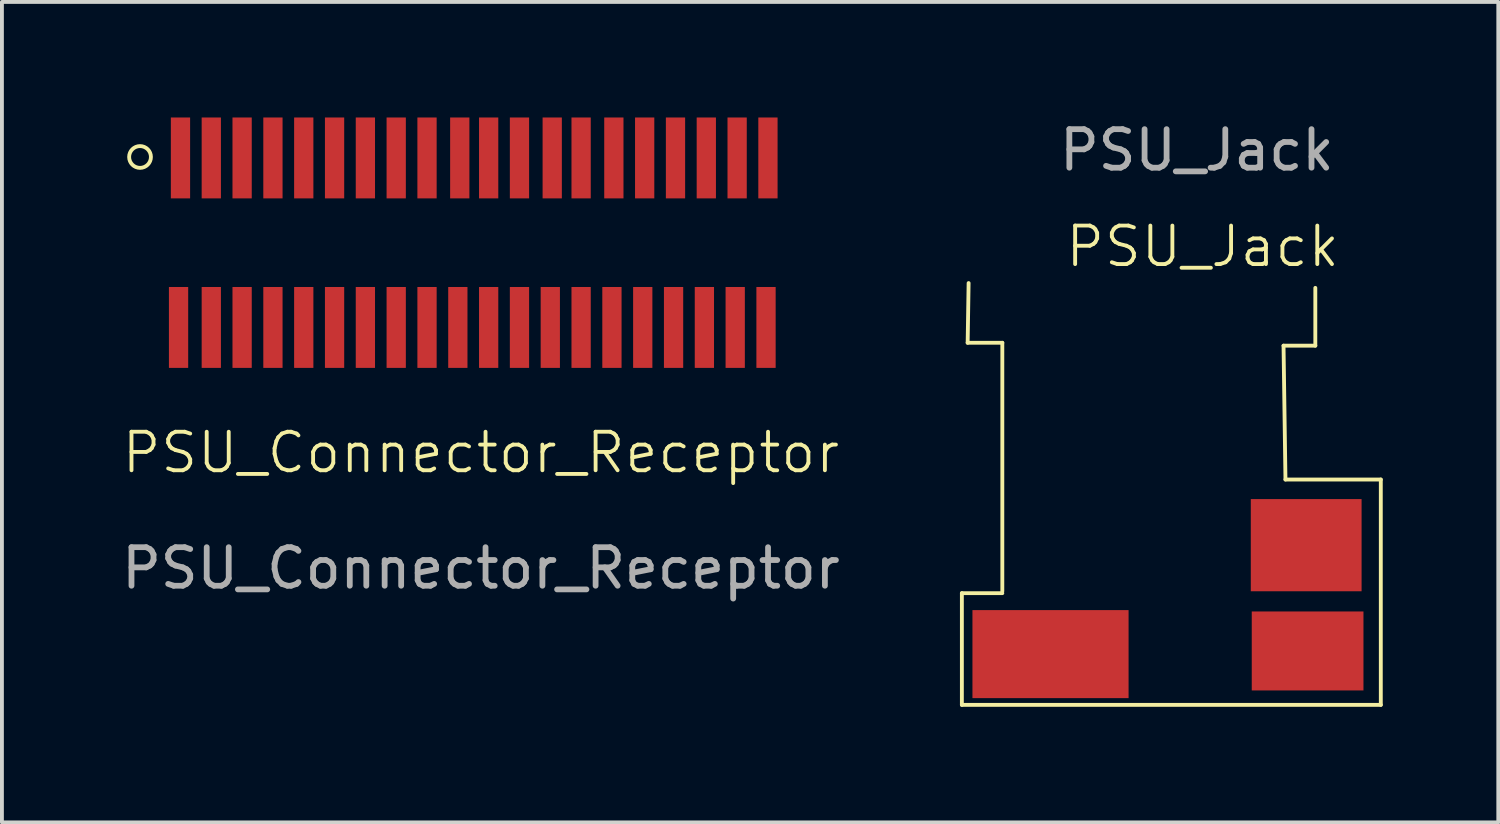
<source format=kicad_pcb>
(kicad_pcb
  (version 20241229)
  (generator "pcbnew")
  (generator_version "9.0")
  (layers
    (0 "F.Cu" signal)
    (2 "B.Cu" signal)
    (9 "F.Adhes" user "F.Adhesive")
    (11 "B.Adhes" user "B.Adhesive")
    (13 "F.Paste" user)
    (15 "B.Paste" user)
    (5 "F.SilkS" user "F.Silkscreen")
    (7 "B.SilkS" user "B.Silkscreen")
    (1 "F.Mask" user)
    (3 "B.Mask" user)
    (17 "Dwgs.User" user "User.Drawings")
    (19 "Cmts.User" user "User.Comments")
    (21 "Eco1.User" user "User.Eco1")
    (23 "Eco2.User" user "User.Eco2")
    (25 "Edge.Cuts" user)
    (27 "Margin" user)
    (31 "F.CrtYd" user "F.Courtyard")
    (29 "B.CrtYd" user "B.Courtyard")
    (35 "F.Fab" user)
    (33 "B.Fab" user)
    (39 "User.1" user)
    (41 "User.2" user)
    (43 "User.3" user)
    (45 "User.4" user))
  (footprint "PSU_Connector_Receptor"
    (layer "F.Cu")
    (at 9.435 3.25)
    (property "Reference" "PSU_Connector_Receptor" (at 0 5.45 0) (unlocked yes) (layer "F.SilkS") (effects (font (size 1 1) (thickness 0.1))))
    (attr smd)
    (fp_circle (center -8.85 -2.225) (end -8.65 -2.425) (stroke (width 0.1) (type default)) (fill no) (layer "F.SilkS"))
    (fp_text user "${REFERENCE}" (at 0 8.45 0) (unlocked yes) (layer "F.Fab") (effects (font (size 1 1) (thickness 0.15))))
    (pad "1" smd rect (at -7.8 -2.2 270) (size 2.1 0.5) (layers "F.Cu" "F.Mask" "F.Paste"))
    (pad "2" smd rect (at -7 -2.2 270) (size 2.1 0.5) (layers "F.Cu" "F.Mask" "F.Paste"))
    (pad "3" smd rect (at -6.2 -2.2 270) (size 2.1 0.5) (layers "F.Cu" "F.Mask" "F.Paste"))
    (pad "4" smd rect (at -5.4 -2.2 270) (size 2.1 0.5) (layers "F.Cu" "F.Mask" "F.Paste"))
    (pad "5" smd rect (at -4.6 -2.2 270) (size 2.1 0.5) (layers "F.Cu" "F.Mask" "F.Paste"))
    (pad "6" smd rect (at -3.8 -2.2 270) (size 2.1 0.5) (layers "F.Cu" "F.Mask" "F.Paste"))
    (pad "7" smd rect (at -3 -2.2 270) (size 2.1 0.5) (layers "F.Cu" "F.Mask" "F.Paste"))
    (pad "8" smd rect (at -2.2 -2.2 270) (size 2.1 0.5) (layers "F.Cu" "F.Mask" "F.Paste"))
    (pad "9" smd rect (at -1.4 -2.2 270) (size 2.1 0.5) (layers "F.Cu" "F.Mask" "F.Paste"))
    (pad "10" smd rect (at -0.55 -2.2 270) (size 2.1 0.5) (layers "F.Cu" "F.Mask" "F.Paste"))
    (pad "11" smd rect (at 0.2 -2.2 270) (size 2.1 0.5) (layers "F.Cu" "F.Mask" "F.Paste"))
    (pad "12" smd rect (at 1 -2.2 270) (size 2.1 0.5) (layers "F.Cu" "F.Mask" "F.Paste"))
    (pad "13" smd rect (at 1.85 -2.2 270) (size 2.1 0.5) (layers "F.Cu" "F.Mask" "F.Paste"))
    (pad "14" smd rect (at 2.6 -2.2 270) (size 2.1 0.5) (layers "F.Cu" "F.Mask" "F.Paste"))
    (pad "15" smd rect (at 3.45 -2.2 270) (size 2.1 0.5) (layers "F.Cu" "F.Mask" "F.Paste"))
    (pad "16" smd rect (at 4.25 -2.2 270) (size 2.1 0.5) (layers "F.Cu" "F.Mask" "F.Paste"))
    (pad "17" smd rect (at 5.05 -2.2 270) (size 2.1 0.5) (layers "F.Cu" "F.Mask" "F.Paste"))
    (pad "18" smd rect (at 5.85 -2.2 270) (size 2.1 0.5) (layers "F.Cu" "F.Mask" "F.Paste"))
    (pad "19" smd rect (at 6.65 -2.2 270) (size 2.1 0.5) (layers "F.Cu" "F.Mask" "F.Paste"))
    (pad "20" smd rect (at 7.45 -2.2 270) (size 2.1 0.5) (layers "F.Cu" "F.Mask" "F.Paste"))
    (pad "21" smd rect (at -7.85 2.2 270) (size 2.1 0.5) (layers "F.Cu" "F.Mask" "F.Paste"))
    (pad "22" smd rect (at -7 2.2 270) (size 2.1 0.5) (layers "F.Cu" "F.Mask" "F.Paste"))
    (pad "23" smd rect (at -6.2 2.2 270) (size 2.1 0.5) (layers "F.Cu" "F.Mask" "F.Paste"))
    (pad "24" smd rect (at -5.4 2.2 270) (size 2.1 0.5) (layers "F.Cu" "F.Mask" "F.Paste"))
    (pad "25" smd rect (at -4.6 2.2 270) (size 2.1 0.5) (layers "F.Cu" "F.Mask" "F.Paste"))
    (pad "26" smd rect (at -3.8 2.2 270) (size 2.1 0.5) (layers "F.Cu" "F.Mask" "F.Paste"))
    (pad "27" smd rect (at -3 2.2 270) (size 2.1 0.5) (layers "F.Cu" "F.Mask" "F.Paste"))
    (pad "28" smd rect (at -2.2 2.2 270) (size 2.1 0.5) (layers "F.Cu" "F.Mask" "F.Paste"))
    (pad "29" smd rect (at -1.4 2.2 270) (size 2.1 0.5) (layers "F.Cu" "F.Mask" "F.Paste"))
    (pad "30" smd rect (at -0.6 2.2 270) (size 2.1 0.5) (layers "F.Cu" "F.Mask" "F.Paste"))
    (pad "31" smd rect (at 0.2 2.2 270) (size 2.1 0.5) (layers "F.Cu" "F.Mask" "F.Paste"))
    (pad "32" smd rect (at 1 2.2 270) (size 2.1 0.5) (layers "F.Cu" "F.Mask" "F.Paste"))
    (pad "33" smd rect (at 1.8 2.2 270) (size 2.1 0.5) (layers "F.Cu" "F.Mask" "F.Paste"))
    (pad "34" smd rect (at 2.6 2.2 270) (size 2.1 0.5) (layers "F.Cu" "F.Mask" "F.Paste"))
    (pad "35" smd rect (at 3.4 2.2 270) (size 2.1 0.5) (layers "F.Cu" "F.Mask" "F.Paste"))
    (pad "36" smd rect (at 4.2 2.2 270) (size 2.1 0.5) (layers "F.Cu" "F.Mask" "F.Paste"))
    (pad "37" smd rect (at 5 2.2 270) (size 2.1 0.5) (layers "F.Cu" "F.Mask" "F.Paste"))
    (pad "38" smd rect (at 5.8 2.2 270) (size 2.1 0.5) (layers "F.Cu" "F.Mask" "F.Paste"))
    (pad "39" smd rect (at 6.6 2.2 270) (size 2.1 0.5) (layers "F.Cu" "F.Mask" "F.Paste"))
    (pad "40" smd rect (at 7.4 2.2 270) (size 2.1 0.5) (layers "F.Cu" "F.Mask" "F.Paste")))
  (footprint "PSU_Jack"
    (layer "F.Cu")
    (at 27.969 8.898)
    (property "Reference" "PSU_Jack" (at 0.2 -5.55 0) (unlocked yes) (layer "F.SilkS") (effects (font (size 1 1) (thickness 0.1))))
    (attr smd)
    (fp_line (start -6.05 6.35) (end -6.05 3.45) (stroke (width 0.1) (type default)) (layer "F.SilkS"))
    (fp_line (start -5.9 -3.05) (end -5.875 -4.6) (stroke (width 0.1) (type default)) (layer "F.SilkS"))
    (fp_line (start -5 -3.05) (end -5.9 -3.05) (stroke (width 0.1) (type default)) (layer "F.SilkS"))
    (fp_line (start -5 3.4) (end -5 -3.05) (stroke (width 0.1) (type default)) (layer "F.SilkS"))
    (fp_line (start -5 3.45) (end -6.05 3.45) (stroke (width 0.1) (type default)) (layer "F.SilkS"))
    (fp_line (start 2.3 -2.975) (end 2.35 0.5) (stroke (width 0.1) (type default)) (layer "F.SilkS"))
    (fp_line (start 2.3 -2.975) (end 3.125 -2.975) (stroke (width 0.1) (type default)) (layer "F.SilkS"))
    (fp_line (start 2.35 0.5) (end 4.825 0.5) (stroke (width 0.1) (type default)) (layer "F.SilkS"))
    (fp_line (start 3.125 -4.475) (end 3.125 -2.975) (stroke (width 0.1) (type default)) (layer "F.SilkS"))
    (fp_line (start 4.825 0.5) (end 4.825 6.35) (stroke (width 0.1) (type default)) (layer "F.SilkS"))
    (fp_line (start 4.825 6.35) (end -6.05 6.35) (stroke (width 0.1) (type default)) (layer "F.SilkS"))
    (fp_text user "${REFERENCE}" (at 0.05 -8.05 0) (unlocked yes) (layer "F.Fab") (effects (font (size 1 1) (thickness 0.15))))
    (pad "1" smd rect (at -3.749 5.032) (size 4.053 2.285) (layers "F.Cu" "F.Mask" "F.Paste"))
    (pad "2" smd rect (at 2.888 2.204) (size 2.876 2.393) (layers "F.Cu" "F.Mask" "F.Paste"))
    (pad "3" smd rect (at 2.925 4.95) (size 2.9 2.05) (layers "F.Cu" "F.Mask" "F.Paste")))
  (gr_rect
    (start -3 -3)
    (end 35.844 18.298)
    (stroke (width 0.1) (type default))
    (fill no)
    (layer "Edge.Cuts")))
</source>
